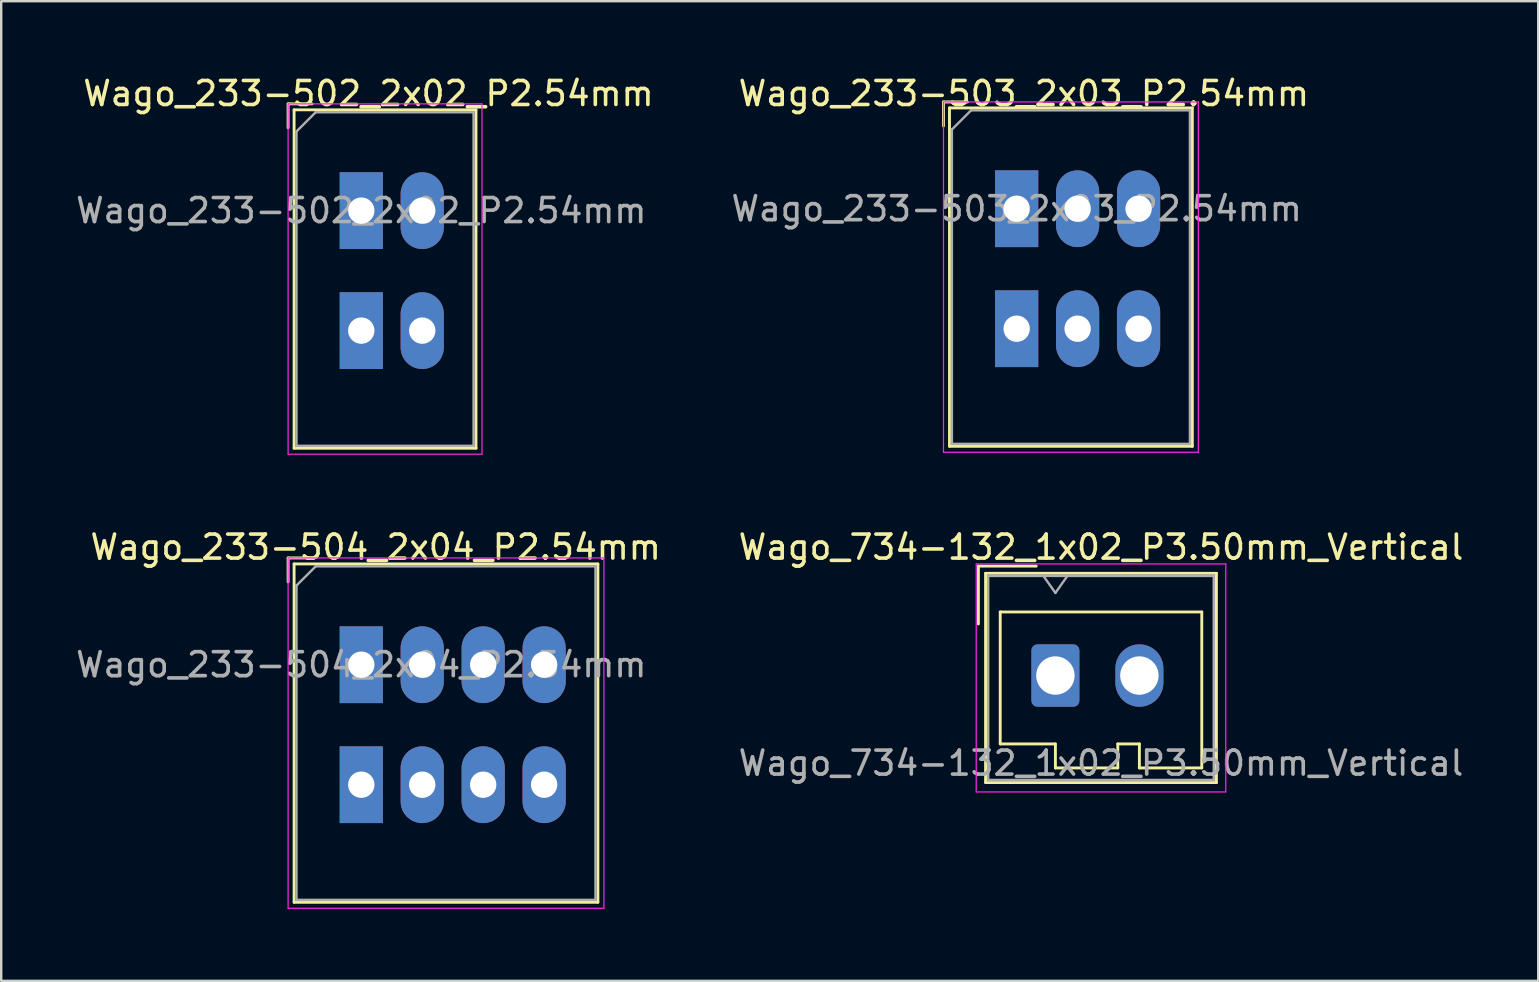
<source format=kicad_pcb>
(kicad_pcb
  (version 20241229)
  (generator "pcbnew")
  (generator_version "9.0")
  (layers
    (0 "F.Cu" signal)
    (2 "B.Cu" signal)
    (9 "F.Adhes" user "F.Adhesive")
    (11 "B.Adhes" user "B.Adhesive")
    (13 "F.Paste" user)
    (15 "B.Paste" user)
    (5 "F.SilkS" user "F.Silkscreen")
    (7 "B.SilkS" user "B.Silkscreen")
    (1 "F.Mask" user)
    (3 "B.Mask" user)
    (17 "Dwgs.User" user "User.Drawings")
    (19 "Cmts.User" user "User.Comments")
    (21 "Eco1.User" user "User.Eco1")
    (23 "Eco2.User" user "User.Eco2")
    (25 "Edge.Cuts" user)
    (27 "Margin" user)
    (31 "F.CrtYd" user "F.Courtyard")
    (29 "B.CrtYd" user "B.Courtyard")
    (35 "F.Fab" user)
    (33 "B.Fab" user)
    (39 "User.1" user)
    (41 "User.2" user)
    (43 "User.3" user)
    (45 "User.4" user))
  (footprint "Wago_233-504_2x04_P2.54mm"
    (layer "F.Cu")
    (at 12.006 24.651)
    (property "Reference" "Wago_233-504_2x04_P2.54mm" (at 0.6 -4.9 0) (layer "F.SilkS") (effects (font (size 1 1) (thickness 0.15))))
    (attr through_hole)
    (fp_line (start -3.05 -4.45) (end -3.05 -3.45) (stroke (width 0.12) (type default)) (layer "F.SilkS"))
    (fp_line (start -3.05 -4.45) (end -2 -4.45) (stroke (width 0.12) (type default)) (layer "F.SilkS"))
    (fp_line (start -2.8 -4.2) (end 9.86 -4.2) (stroke (width 0.12) (type solid)) (layer "F.SilkS"))
    (fp_line (start -2.8 9.9) (end -2.8 -4.2) (stroke (width 0.12) (type solid)) (layer "F.SilkS"))
    (fp_line (start 9.86 -4.2) (end 9.86 9.9) (stroke (width 0.12) (type solid)) (layer "F.SilkS"))
    (fp_line (start 9.86 9.9) (end -2.8 9.9) (stroke (width 0.12) (type solid)) (layer "F.SilkS"))
    (fp_line (start -3.05 -4.45) (end 10.11 -4.45) (stroke (width 0.05) (type solid)) (layer "F.CrtYd"))
    (fp_line (start -3.05 10.15) (end -3.05 -4.45) (stroke (width 0.05) (type solid)) (layer "F.CrtYd"))
    (fp_line (start 10.11 -4.45) (end 10.11 10.15) (stroke (width 0.05) (type solid)) (layer "F.CrtYd"))
    (fp_line (start 10.11 10.15) (end -3.05 10.15) (stroke (width 0.05) (type solid)) (layer "F.CrtYd"))
    (fp_line (start -2.7 -3.3) (end -1.9 -4.1) (stroke (width 0.1) (type default)) (layer "F.Fab"))
    (fp_line (start -2.7 9.8) (end -2.7 -3.3) (stroke (width 0.1) (type default)) (layer "F.Fab"))
    (fp_line (start -2.7 9.8) (end 9.76 9.8) (stroke (width 0.1) (type default)) (layer "F.Fab"))
    (fp_line (start -1.9 -4.1) (end 9.76 -4.1) (stroke (width 0.1) (type default)) (layer "F.Fab"))
    (fp_line (start 9.76 -4.1) (end 9.76 9.8) (stroke (width 0.1) (type default)) (layer "F.Fab"))
    (fp_text user "${REFERENCE}" (at 0 0 0) (layer "F.Fab") (effects (font (size 1 1) (thickness 0.15))))
    (pad "1" thru_hole rect (at 0 0) (size 1.8 3.2) (drill 1.1) (layers "*.Cu" "*.Mask"))
    (pad "1" thru_hole rect (at 0 5) (size 1.8 3.2) (drill 1.1) (layers "*.Cu" "*.Mask"))
    (pad "2" thru_hole oval (at 2.54 0) (size 1.8 3.2) (drill 1.1) (layers "*.Cu" "*.Mask"))
    (pad "2" thru_hole oval (at 2.54 5) (size 1.8 3.2) (drill 1.1) (layers "*.Cu" "*.Mask"))
    (pad "3" thru_hole oval (at 5.08 0) (size 1.8 3.2) (drill 1.1) (layers "*.Cu" "*.Mask"))
    (pad "3" thru_hole oval (at 5.08 5) (size 1.8 3.2) (drill 1.1) (layers "*.Cu" "*.Mask"))
    (pad "4" thru_hole oval (at 7.62 0) (size 1.8 3.2) (drill 1.1) (layers "*.Cu" "*.Mask"))
    (pad "4" thru_hole oval (at 7.62 5) (size 1.8 3.2) (drill 1.1) (layers "*.Cu" "*.Mask")))
  (footprint "Wago_734-132_1x02_P3.50mm_Vertical"
    (layer "F.Cu")
    (at 40.932 25.102)
    (property "Reference" "Wago_734-132_1x02_P3.50mm_Vertical" (at 1.9 -5.35 0) (layer "F.SilkS") (effects (font (size 1 1) (thickness 0.15))))
    (attr through_hole)
    (fp_line (start -3.21 -4.56) (end -0.8 -4.56) (stroke (width 0.12) (type solid)) (layer "F.SilkS"))
    (fp_line (start -3.21 -2.15) (end -3.21 -4.56) (stroke (width 0.12) (type solid)) (layer "F.SilkS"))
    (fp_line (start -2.91 -4.26) (end -2.91 4.46) (stroke (width 0.12) (type solid)) (layer "F.SilkS"))
    (fp_line (start -2.91 4.46) (end 6.71 4.46) (stroke (width 0.12) (type solid)) (layer "F.SilkS"))
    (fp_line (start -2.3 -2.65) (end -2.3 2.85) (stroke (width 0.12) (type solid)) (layer "F.SilkS"))
    (fp_line (start -2.3 2.85) (end 0 2.85) (stroke (width 0.12) (type solid)) (layer "F.SilkS"))
    (fp_line (start 0 2.85) (end 0 3.85) (stroke (width 0.12) (type solid)) (layer "F.SilkS"))
    (fp_line (start 0 3.85) (end 2.6 3.85) (stroke (width 0.12) (type solid)) (layer "F.SilkS"))
    (fp_line (start 2.6 2.85) (end 3.5 2.85) (stroke (width 0.12) (type solid)) (layer "F.SilkS"))
    (fp_line (start 2.6 3.85) (end 2.6 2.85) (stroke (width 0.12) (type solid)) (layer "F.SilkS"))
    (fp_line (start 3.5 2.85) (end 3.5 3.85) (stroke (width 0.12) (type solid)) (layer "F.SilkS"))
    (fp_line (start 3.5 3.85) (end 6.1 3.85) (stroke (width 0.12) (type solid)) (layer "F.SilkS"))
    (fp_line (start 6.1 -2.65) (end -2.3 -2.65) (stroke (width 0.12) (type solid)) (layer "F.SilkS"))
    (fp_line (start 6.1 3.85) (end 6.1 -2.65) (stroke (width 0.12) (type solid)) (layer "F.SilkS"))
    (fp_line (start 6.71 -4.26) (end -2.91 -4.26) (stroke (width 0.12) (type solid)) (layer "F.SilkS"))
    (fp_line (start 6.71 4.46) (end 6.71 -4.26) (stroke (width 0.12) (type solid)) (layer "F.SilkS"))
    (fp_line (start -3.3 -4.65) (end -3.3 4.85) (stroke (width 0.05) (type solid)) (layer "F.CrtYd"))
    (fp_line (start -3.3 4.85) (end 7.1 4.85) (stroke (width 0.05) (type solid)) (layer "F.CrtYd"))
    (fp_line (start 7.1 -4.65) (end -3.3 -4.65) (stroke (width 0.05) (type solid)) (layer "F.CrtYd"))
    (fp_line (start 7.1 4.85) (end 7.1 -4.65) (stroke (width 0.05) (type solid)) (layer "F.CrtYd"))
    (fp_line (start -2.8 -4.15) (end -2.8 4.35) (stroke (width 0.1) (type solid)) (layer "F.Fab"))
    (fp_line (start -2.8 4.35) (end 6.6 4.35) (stroke (width 0.1) (type solid)) (layer "F.Fab"))
    (fp_line (start -0.5 -4.15) (end 0 -3.443) (stroke (width 0.1) (type solid)) (layer "F.Fab"))
    (fp_line (start 0 -3.443) (end 0.5 -4.15) (stroke (width 0.1) (type solid)) (layer "F.Fab"))
    (fp_line (start 6.6 -4.15) (end -2.8 -4.15) (stroke (width 0.1) (type solid)) (layer "F.Fab"))
    (fp_line (start 6.6 4.35) (end 6.6 -4.15) (stroke (width 0.1) (type solid)) (layer "F.Fab"))
    (fp_text user "${REFERENCE}" (at 1.9 3.65 0) (layer "F.Fab") (effects (font (size 1 1) (thickness 0.15))))
    (pad "1" thru_hole roundrect (at 0 0) (size 2 2.6) (drill 1.6) (layers "*.Cu" "*.Mask") (roundrect_rratio 0.125))
    (pad "2" thru_hole oval (at 3.5 0) (size 2 2.6) (drill 1.6) (layers "*.Cu" "*.Mask")))
  (footprint "Wago_233-502_2x02_P2.54mm"
    (layer "F.Cu")
    (at 12.006 5.728)
    (property "Reference" "Wago_233-502_2x02_P2.54mm" (at 0.3 -4.88 0) (layer "F.SilkS") (effects (font (size 1 1) (thickness 0.15))))
    (attr through_hole)
    (fp_line (start -3.05 -4.45) (end -2.05 -4.45) (stroke (width 0.12) (type default)) (layer "F.SilkS"))
    (fp_line (start -3.05 -3.45) (end -3.05 -4.45) (stroke (width 0.12) (type default)) (layer "F.SilkS"))
    (fp_line (start -2.8 -4.2) (end 4.78 -4.2) (stroke (width 0.12) (type solid)) (layer "F.SilkS"))
    (fp_line (start -2.8 9.9) (end -2.8 -4.2) (stroke (width 0.12) (type solid)) (layer "F.SilkS"))
    (fp_line (start 4.78 -4.2) (end 4.78 9.9) (stroke (width 0.12) (type solid)) (layer "F.SilkS"))
    (fp_line (start 4.78 9.9) (end -2.8 9.9) (stroke (width 0.12) (type solid)) (layer "F.SilkS"))
    (fp_line (start -3.05 -4.45) (end 5.03 -4.45) (stroke (width 0.05) (type solid)) (layer "F.CrtYd"))
    (fp_line (start -3.05 10.15) (end -3.05 -4.45) (stroke (width 0.05) (type solid)) (layer "F.CrtYd"))
    (fp_line (start 5.03 -4.45) (end 5.03 10.15) (stroke (width 0.05) (type solid)) (layer "F.CrtYd"))
    (fp_line (start 5.03 10.15) (end -3.05 10.15) (stroke (width 0.05) (type solid)) (layer "F.CrtYd"))
    (fp_line (start -2.7 -3.3) (end -1.9 -4.1) (stroke (width 0.1) (type default)) (layer "F.Fab"))
    (fp_line (start -2.7 9.8) (end -2.7 -3.3) (stroke (width 0.1) (type default)) (layer "F.Fab"))
    (fp_line (start -1.9 -4.1) (end 4.685 -4.1) (stroke (width 0.1) (type default)) (layer "F.Fab"))
    (fp_line (start 4.68 -4.1) (end 4.68 9.8) (stroke (width 0.1) (type default)) (layer "F.Fab"))
    (fp_line (start 4.68 9.8) (end -2.7 9.8) (stroke (width 0.1) (type default)) (layer "F.Fab"))
    (fp_text user "${REFERENCE}" (at 0 0 0) (layer "F.Fab") (effects (font (size 1 1) (thickness 0.15))))
    (pad "1" thru_hole rect (at 0 0) (size 1.8 3.2) (drill 1.1) (layers "*.Cu" "*.Mask"))
    (pad "1" thru_hole rect (at 0 5) (size 1.8 3.2) (drill 1.1) (layers "*.Cu" "*.Mask"))
    (pad "2" thru_hole oval (at 2.54 0) (size 1.8 3.2) (drill 1.1) (layers "*.Cu" "*.Mask"))
    (pad "2" thru_hole oval (at 2.54 5) (size 1.8 3.2) (drill 1.1) (layers "*.Cu" "*.Mask")))
  (footprint "Wago_233-503_2x03_P2.54mm"
    (layer "F.Cu")
    (at 39.318 5.648)
    (property "Reference" "Wago_233-503_2x03_P2.54mm" (at 0.3 -4.8 0) (layer "F.SilkS") (effects (font (size 1 1) (thickness 0.15))))
    (attr through_hole)
    (fp_line (start -3.05 -4.45) (end -3.05 -3.45) (stroke (width 0.12) (type default)) (layer "F.SilkS"))
    (fp_line (start -3.05 -4.45) (end -2.05 -4.45) (stroke (width 0.12) (type default)) (layer "F.SilkS"))
    (fp_line (start -2.8 -4.2) (end 7.32 -4.2) (stroke (width 0.12) (type solid)) (layer "F.SilkS"))
    (fp_line (start -2.8 9.9) (end -2.8 -4.2) (stroke (width 0.12) (type solid)) (layer "F.SilkS"))
    (fp_line (start 7.32 9.9) (end -2.8 9.9) (stroke (width 0.12) (type solid)) (layer "F.SilkS"))
    (fp_line (start 7.32 9.9) (end 7.32 -4.2) (stroke (width 0.12) (type solid)) (layer "F.SilkS"))
    (fp_line (start -3.05 -4.45) (end 7.57 -4.45) (stroke (width 0.05) (type solid)) (layer "F.CrtYd"))
    (fp_line (start -3.05 10.15) (end -3.05 -4.45) (stroke (width 0.05) (type solid)) (layer "F.CrtYd"))
    (fp_line (start 7.57 -4.45) (end 7.57 10.15) (stroke (width 0.05) (type solid)) (layer "F.CrtYd"))
    (fp_line (start 7.57 10.15) (end -3.05 10.15) (stroke (width 0.05) (type solid)) (layer "F.CrtYd"))
    (fp_line (start -2.7 9.8) (end -2.7 -3.3) (stroke (width 0.1) (type default)) (layer "F.Fab"))
    (fp_line (start -2.7 9.8) (end 7.22 9.8) (stroke (width 0.1) (type default)) (layer "F.Fab"))
    (fp_line (start -1.9 -4.1) (end -2.7 -3.3) (stroke (width 0.1) (type default)) (layer "F.Fab"))
    (fp_line (start -1.9 -4.1) (end 7.22 -4.1) (stroke (width 0.1) (type default)) (layer "F.Fab"))
    (fp_line (start 7.22 9.8) (end 7.22 -4.1) (stroke (width 0.1) (type default)) (layer "F.Fab"))
    (fp_text user "${REFERENCE}" (at 0 0 0) (layer "F.Fab") (effects (font (size 1 1) (thickness 0.15))))
    (pad "1" thru_hole rect (at 0 0) (size 1.8 3.2) (drill 1.1) (layers "*.Cu" "*.Mask"))
    (pad "1" thru_hole rect (at 0 5) (size 1.8 3.2) (drill 1.1) (layers "*.Cu" "*.Mask"))
    (pad "2" thru_hole oval (at 2.54 0) (size 1.8 3.2) (drill 1.1) (layers "*.Cu" "*.Mask"))
    (pad "2" thru_hole oval (at 2.54 5) (size 1.8 3.2) (drill 1.1) (layers "*.Cu" "*.Mask"))
    (pad "3" thru_hole oval (at 5.08 0) (size 1.8 3.2) (drill 1.1) (layers "*.Cu" "*.Mask"))
    (pad "3" thru_hole oval (at 5.08 5) (size 1.8 3.2) (drill 1.1) (layers "*.Cu" "*.Mask")))
  (gr_rect
    (start -3 -3)
    (end 61.052 37.827)
    (stroke (width 0.1) (type default))
    (fill no)
    (layer "Edge.Cuts")))
</source>
